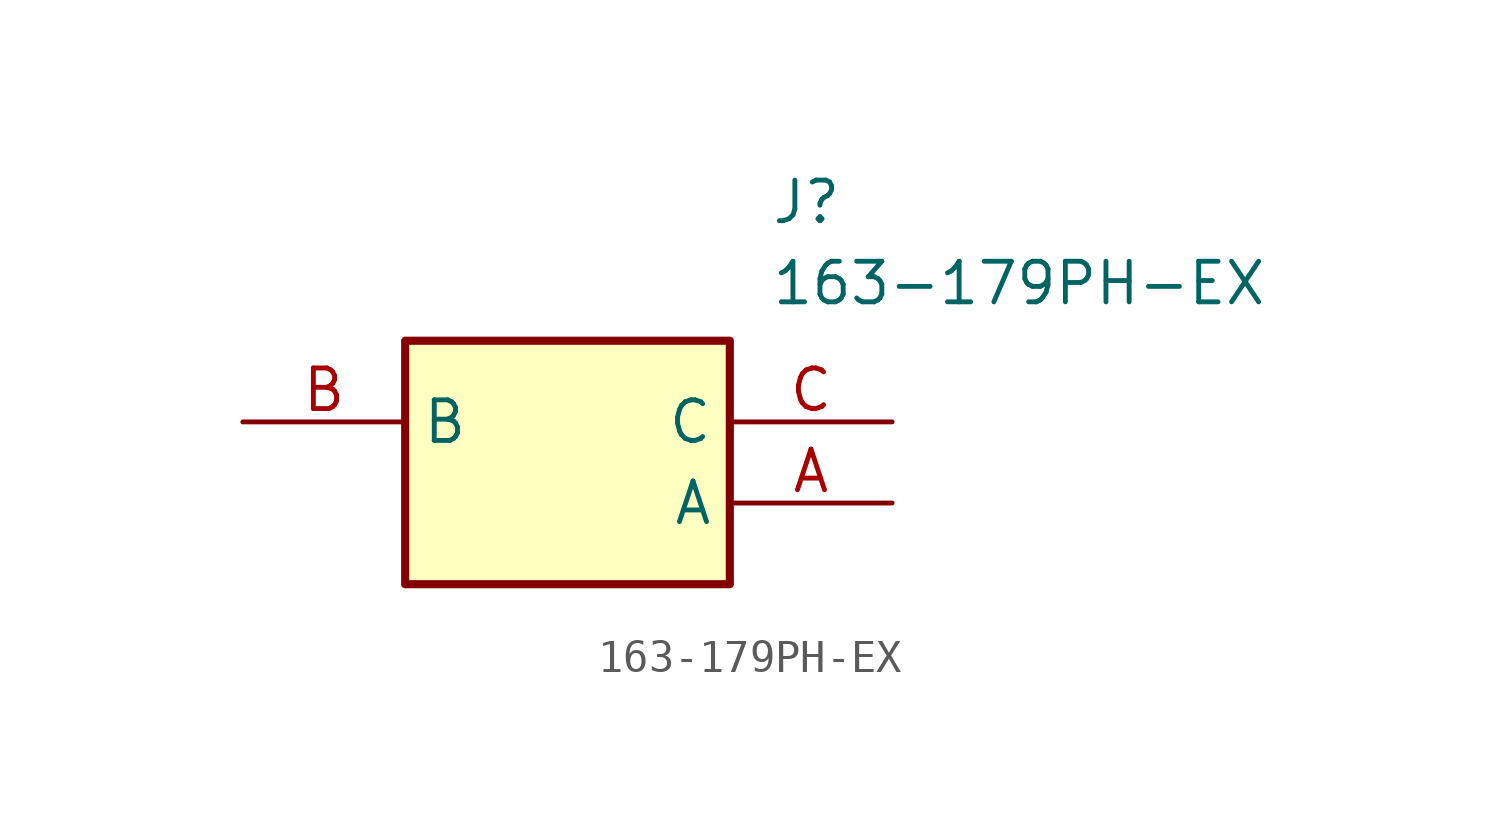
<source format=kicad_sym>
(kicad_symbol_lib
  (version 20211014)
  (generator SamacSys_ECAD_Model)
  (symbol "163-179PH-EX"
    (property "Reference" "J"
      (at 16.51 7.62 0)
      (effects (font (size 1.27 1.27)) (justify left top)))
    (property "Value" "163-179PH-EX"
      (at 16.51 5.08 0)
      (effects (font (size 1.27 1.27)) (justify left top)))
    (rectangle
      (start 5.08 2.54)
      (end 15.24 -5.08)
      (stroke (width 0.254) (type default))
      (fill (type background)))
    (pin passive line
      (at 20.32 -2.54 180)
      (length 5.08)
      (name "A" (effects (font (size 1.27 1.27))))
      (number "A" (effects (font (size 1.27 1.27)))))
    (pin passive line
      (at 0 0 0)
      (length 5.08)
      (name "B" (effects (font (size 1.27 1.27))))
      (number "B" (effects (font (size 1.27 1.27)))))
    (pin passive line
      (at 20.32 0 180)
      (length 5.08)
      (name "C" (effects (font (size 1.27 1.27))))
      (number "C" (effects (font (size 1.27 1.27)))))))
</source>
